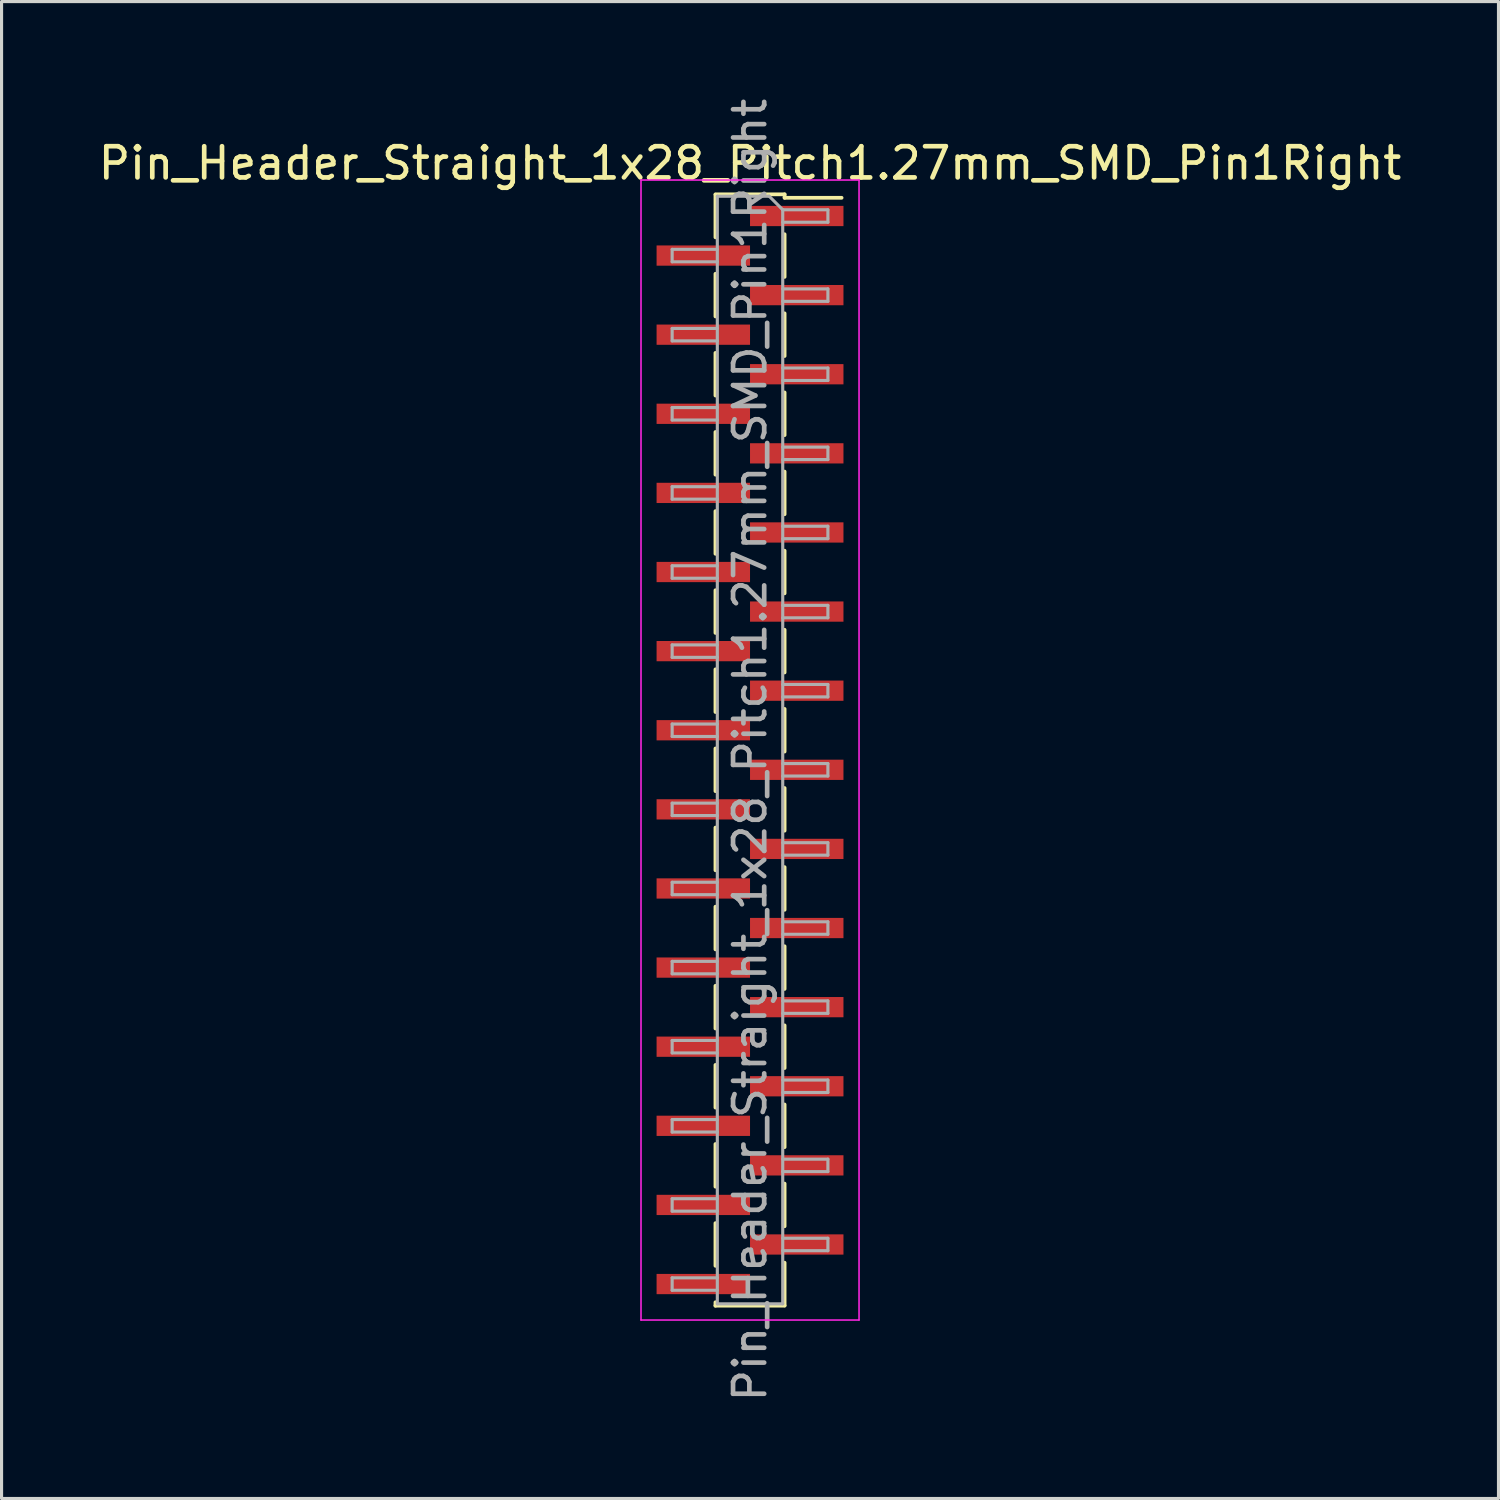
<source format=kicad_pcb>
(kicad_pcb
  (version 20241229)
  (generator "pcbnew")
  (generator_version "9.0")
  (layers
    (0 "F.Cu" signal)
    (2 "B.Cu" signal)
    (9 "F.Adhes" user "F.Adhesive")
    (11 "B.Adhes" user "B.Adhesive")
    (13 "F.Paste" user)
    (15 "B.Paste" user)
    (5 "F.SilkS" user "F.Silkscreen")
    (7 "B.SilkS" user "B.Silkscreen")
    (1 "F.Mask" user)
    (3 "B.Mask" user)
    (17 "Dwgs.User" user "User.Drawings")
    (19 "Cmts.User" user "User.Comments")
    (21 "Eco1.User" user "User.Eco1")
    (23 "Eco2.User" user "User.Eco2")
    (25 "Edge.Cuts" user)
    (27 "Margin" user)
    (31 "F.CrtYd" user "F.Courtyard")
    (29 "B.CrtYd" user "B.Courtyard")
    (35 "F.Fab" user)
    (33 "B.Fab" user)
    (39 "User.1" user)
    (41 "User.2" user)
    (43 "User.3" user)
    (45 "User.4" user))
  (footprint "Pin_Header_Straight_1x28_Pitch1.27mm_SMD_Pin1Right"
    (layer "F.Cu")
    (at 21.03 21.03)
    (property "Reference" "Pin_Header_Straight_1x28_Pitch1.27mm_SMD_Pin1Right" (at 0 -18.84 0) (layer "F.SilkS") (effects (font (size 1 1) (thickness 0.15))))
    (attr smd)
    (fp_line (start -1.11 -17.84) (end 1.11 -17.84) (stroke (width 0.12) (type solid)) (layer "F.SilkS"))
    (fp_line (start -1.11 -17.83) (end -1.11 -16.46) (stroke (width 0.12) (type solid)) (layer "F.SilkS"))
    (fp_line (start -1.11 -15.29) (end -1.11 -13.92) (stroke (width 0.12) (type solid)) (layer "F.SilkS"))
    (fp_line (start -1.11 -12.75) (end -1.11 -11.38) (stroke (width 0.12) (type solid)) (layer "F.SilkS"))
    (fp_line (start -1.11 -10.21) (end -1.11 -8.84) (stroke (width 0.12) (type solid)) (layer "F.SilkS"))
    (fp_line (start -1.11 -7.67) (end -1.11 -6.3) (stroke (width 0.12) (type solid)) (layer "F.SilkS"))
    (fp_line (start -1.11 -5.13) (end -1.11 -3.76) (stroke (width 0.12) (type solid)) (layer "F.SilkS"))
    (fp_line (start -1.11 -2.59) (end -1.11 -1.22) (stroke (width 0.12) (type solid)) (layer "F.SilkS"))
    (fp_line (start -1.11 -0.05) (end -1.11 1.32) (stroke (width 0.12) (type solid)) (layer "F.SilkS"))
    (fp_line (start -1.11 2.49) (end -1.11 3.86) (stroke (width 0.12) (type solid)) (layer "F.SilkS"))
    (fp_line (start -1.11 5.03) (end -1.11 6.4) (stroke (width 0.12) (type solid)) (layer "F.SilkS"))
    (fp_line (start -1.11 7.57) (end -1.11 8.94) (stroke (width 0.12) (type solid)) (layer "F.SilkS"))
    (fp_line (start -1.11 10.11) (end -1.11 11.48) (stroke (width 0.12) (type solid)) (layer "F.SilkS"))
    (fp_line (start -1.11 12.65) (end -1.11 14.02) (stroke (width 0.12) (type solid)) (layer "F.SilkS"))
    (fp_line (start -1.11 15.19) (end -1.11 16.56) (stroke (width 0.12) (type solid)) (layer "F.SilkS"))
    (fp_line (start -1.11 17.73) (end -1.11 17.84) (stroke (width 0.12) (type solid)) (layer "F.SilkS"))
    (fp_line (start -1.11 17.84) (end 1.11 17.84) (stroke (width 0.12) (type solid)) (layer "F.SilkS"))
    (fp_line (start 1.11 -17.84) (end 1.11 -17.73) (stroke (width 0.12) (type solid)) (layer "F.SilkS"))
    (fp_line (start 1.11 -17.73) (end 2.94 -17.73) (stroke (width 0.12) (type solid)) (layer "F.SilkS"))
    (fp_line (start 1.11 -16.56) (end 1.11 -15.19) (stroke (width 0.12) (type solid)) (layer "F.SilkS"))
    (fp_line (start 1.11 -14.02) (end 1.11 -12.65) (stroke (width 0.12) (type solid)) (layer "F.SilkS"))
    (fp_line (start 1.11 -11.48) (end 1.11 -10.11) (stroke (width 0.12) (type solid)) (layer "F.SilkS"))
    (fp_line (start 1.11 -8.94) (end 1.11 -7.57) (stroke (width 0.12) (type solid)) (layer "F.SilkS"))
    (fp_line (start 1.11 -6.4) (end 1.11 -5.03) (stroke (width 0.12) (type solid)) (layer "F.SilkS"))
    (fp_line (start 1.11 -3.86) (end 1.11 -2.49) (stroke (width 0.12) (type solid)) (layer "F.SilkS"))
    (fp_line (start 1.11 -1.32) (end 1.11 0.05) (stroke (width 0.12) (type solid)) (layer "F.SilkS"))
    (fp_line (start 1.11 1.22) (end 1.11 2.59) (stroke (width 0.12) (type solid)) (layer "F.SilkS"))
    (fp_line (start 1.11 3.76) (end 1.11 5.13) (stroke (width 0.12) (type solid)) (layer "F.SilkS"))
    (fp_line (start 1.11 6.3) (end 1.11 7.67) (stroke (width 0.12) (type solid)) (layer "F.SilkS"))
    (fp_line (start 1.11 8.84) (end 1.11 10.21) (stroke (width 0.12) (type solid)) (layer "F.SilkS"))
    (fp_line (start 1.11 11.38) (end 1.11 12.75) (stroke (width 0.12) (type solid)) (layer "F.SilkS"))
    (fp_line (start 1.11 13.92) (end 1.11 15.29) (stroke (width 0.12) (type solid)) (layer "F.SilkS"))
    (fp_line (start 1.11 16.46) (end 1.11 17.83) (stroke (width 0.12) (type solid)) (layer "F.SilkS"))
    (fp_line (start -3.5 -18.3) (end -3.5 18.3) (stroke (width 0.05) (type solid)) (layer "F.CrtYd"))
    (fp_line (start -3.5 18.3) (end 3.5 18.3) (stroke (width 0.05) (type solid)) (layer "F.CrtYd"))
    (fp_line (start 3.5 -18.3) (end -3.5 -18.3) (stroke (width 0.05) (type solid)) (layer "F.CrtYd"))
    (fp_line (start 3.5 18.3) (end 3.5 -18.3) (stroke (width 0.05) (type solid)) (layer "F.CrtYd"))
    (fp_line (start -2.5 -16.075) (end -2.5 -15.675) (stroke (width 0.1) (type solid)) (layer "F.Fab"))
    (fp_line (start -2.5 -15.675) (end -1.05 -15.675) (stroke (width 0.1) (type solid)) (layer "F.Fab"))
    (fp_line (start -2.5 -13.535) (end -2.5 -13.135) (stroke (width 0.1) (type solid)) (layer "F.Fab"))
    (fp_line (start -2.5 -13.135) (end -1.05 -13.135) (stroke (width 0.1) (type solid)) (layer "F.Fab"))
    (fp_line (start -2.5 -10.995) (end -2.5 -10.595) (stroke (width 0.1) (type solid)) (layer "F.Fab"))
    (fp_line (start -2.5 -10.595) (end -1.05 -10.595) (stroke (width 0.1) (type solid)) (layer "F.Fab"))
    (fp_line (start -2.5 -8.455) (end -2.5 -8.055) (stroke (width 0.1) (type solid)) (layer "F.Fab"))
    (fp_line (start -2.5 -8.055) (end -1.05 -8.055) (stroke (width 0.1) (type solid)) (layer "F.Fab"))
    (fp_line (start -2.5 -5.915) (end -2.5 -5.515) (stroke (width 0.1) (type solid)) (layer "F.Fab"))
    (fp_line (start -2.5 -5.515) (end -1.05 -5.515) (stroke (width 0.1) (type solid)) (layer "F.Fab"))
    (fp_line (start -2.5 -3.375) (end -2.5 -2.975) (stroke (width 0.1) (type solid)) (layer "F.Fab"))
    (fp_line (start -2.5 -2.975) (end -1.05 -2.975) (stroke (width 0.1) (type solid)) (layer "F.Fab"))
    (fp_line (start -2.5 -0.835) (end -2.5 -0.435) (stroke (width 0.1) (type solid)) (layer "F.Fab"))
    (fp_line (start -2.5 -0.435) (end -1.05 -0.435) (stroke (width 0.1) (type solid)) (layer "F.Fab"))
    (fp_line (start -2.5 1.705) (end -2.5 2.105) (stroke (width 0.1) (type solid)) (layer "F.Fab"))
    (fp_line (start -2.5 2.105) (end -1.05 2.105) (stroke (width 0.1) (type solid)) (layer "F.Fab"))
    (fp_line (start -2.5 4.245) (end -2.5 4.645) (stroke (width 0.1) (type solid)) (layer "F.Fab"))
    (fp_line (start -2.5 4.645) (end -1.05 4.645) (stroke (width 0.1) (type solid)) (layer "F.Fab"))
    (fp_line (start -2.5 6.785) (end -2.5 7.185) (stroke (width 0.1) (type solid)) (layer "F.Fab"))
    (fp_line (start -2.5 7.185) (end -1.05 7.185) (stroke (width 0.1) (type solid)) (layer "F.Fab"))
    (fp_line (start -2.5 9.325) (end -2.5 9.725) (stroke (width 0.1) (type solid)) (layer "F.Fab"))
    (fp_line (start -2.5 9.725) (end -1.05 9.725) (stroke (width 0.1) (type solid)) (layer "F.Fab"))
    (fp_line (start -2.5 11.865) (end -2.5 12.265) (stroke (width 0.1) (type solid)) (layer "F.Fab"))
    (fp_line (start -2.5 12.265) (end -1.05 12.265) (stroke (width 0.1) (type solid)) (layer "F.Fab"))
    (fp_line (start -2.5 14.405) (end -2.5 14.805) (stroke (width 0.1) (type solid)) (layer "F.Fab"))
    (fp_line (start -2.5 14.805) (end -1.05 14.805) (stroke (width 0.1) (type solid)) (layer "F.Fab"))
    (fp_line (start -2.5 16.945) (end -2.5 17.345) (stroke (width 0.1) (type solid)) (layer "F.Fab"))
    (fp_line (start -2.5 17.345) (end -1.05 17.345) (stroke (width 0.1) (type solid)) (layer "F.Fab"))
    (fp_line (start -1.05 -17.78) (end -1.05 17.78) (stroke (width 0.1) (type solid)) (layer "F.Fab"))
    (fp_line (start -1.05 -17.78) (end 0.615 -17.78) (stroke (width 0.1) (type solid)) (layer "F.Fab"))
    (fp_line (start -1.05 -16.075) (end -2.5 -16.075) (stroke (width 0.1) (type solid)) (layer "F.Fab"))
    (fp_line (start -1.05 -13.535) (end -2.5 -13.535) (stroke (width 0.1) (type solid)) (layer "F.Fab"))
    (fp_line (start -1.05 -10.995) (end -2.5 -10.995) (stroke (width 0.1) (type solid)) (layer "F.Fab"))
    (fp_line (start -1.05 -8.455) (end -2.5 -8.455) (stroke (width 0.1) (type solid)) (layer "F.Fab"))
    (fp_line (start -1.05 -5.915) (end -2.5 -5.915) (stroke (width 0.1) (type solid)) (layer "F.Fab"))
    (fp_line (start -1.05 -3.375) (end -2.5 -3.375) (stroke (width 0.1) (type solid)) (layer "F.Fab"))
    (fp_line (start -1.05 -0.835) (end -2.5 -0.835) (stroke (width 0.1) (type solid)) (layer "F.Fab"))
    (fp_line (start -1.05 1.705) (end -2.5 1.705) (stroke (width 0.1) (type solid)) (layer "F.Fab"))
    (fp_line (start -1.05 4.245) (end -2.5 4.245) (stroke (width 0.1) (type solid)) (layer "F.Fab"))
    (fp_line (start -1.05 6.785) (end -2.5 6.785) (stroke (width 0.1) (type solid)) (layer "F.Fab"))
    (fp_line (start -1.05 9.325) (end -2.5 9.325) (stroke (width 0.1) (type solid)) (layer "F.Fab"))
    (fp_line (start -1.05 11.865) (end -2.5 11.865) (stroke (width 0.1) (type solid)) (layer "F.Fab"))
    (fp_line (start -1.05 14.405) (end -2.5 14.405) (stroke (width 0.1) (type solid)) (layer "F.Fab"))
    (fp_line (start -1.05 16.945) (end -2.5 16.945) (stroke (width 0.1) (type solid)) (layer "F.Fab"))
    (fp_line (start 1.05 -17.345) (end 0.615 -17.78) (stroke (width 0.1) (type solid)) (layer "F.Fab"))
    (fp_line (start 1.05 -17.345) (end 2.5 -17.345) (stroke (width 0.1) (type solid)) (layer "F.Fab"))
    (fp_line (start 1.05 -14.805) (end 2.5 -14.805) (stroke (width 0.1) (type solid)) (layer "F.Fab"))
    (fp_line (start 1.05 -12.265) (end 2.5 -12.265) (stroke (width 0.1) (type solid)) (layer "F.Fab"))
    (fp_line (start 1.05 -9.725) (end 2.5 -9.725) (stroke (width 0.1) (type solid)) (layer "F.Fab"))
    (fp_line (start 1.05 -7.185) (end 2.5 -7.185) (stroke (width 0.1) (type solid)) (layer "F.Fab"))
    (fp_line (start 1.05 -4.645) (end 2.5 -4.645) (stroke (width 0.1) (type solid)) (layer "F.Fab"))
    (fp_line (start 1.05 -2.105) (end 2.5 -2.105) (stroke (width 0.1) (type solid)) (layer "F.Fab"))
    (fp_line (start 1.05 0.435) (end 2.5 0.435) (stroke (width 0.1) (type solid)) (layer "F.Fab"))
    (fp_line (start 1.05 2.975) (end 2.5 2.975) (stroke (width 0.1) (type solid)) (layer "F.Fab"))
    (fp_line (start 1.05 5.515) (end 2.5 5.515) (stroke (width 0.1) (type solid)) (layer "F.Fab"))
    (fp_line (start 1.05 8.055) (end 2.5 8.055) (stroke (width 0.1) (type solid)) (layer "F.Fab"))
    (fp_line (start 1.05 10.595) (end 2.5 10.595) (stroke (width 0.1) (type solid)) (layer "F.Fab"))
    (fp_line (start 1.05 13.135) (end 2.5 13.135) (stroke (width 0.1) (type solid)) (layer "F.Fab"))
    (fp_line (start 1.05 15.675) (end 2.5 15.675) (stroke (width 0.1) (type solid)) (layer "F.Fab"))
    (fp_line (start 1.05 17.78) (end -1.05 17.78) (stroke (width 0.1) (type solid)) (layer "F.Fab"))
    (fp_line (start 1.05 17.78) (end 1.05 -17.345) (stroke (width 0.1) (type solid)) (layer "F.Fab"))
    (fp_line (start 2.5 -17.345) (end 2.5 -16.945) (stroke (width 0.1) (type solid)) (layer "F.Fab"))
    (fp_line (start 2.5 -16.945) (end 1.05 -16.945) (stroke (width 0.1) (type solid)) (layer "F.Fab"))
    (fp_line (start 2.5 -14.805) (end 2.5 -14.405) (stroke (width 0.1) (type solid)) (layer "F.Fab"))
    (fp_line (start 2.5 -14.405) (end 1.05 -14.405) (stroke (width 0.1) (type solid)) (layer "F.Fab"))
    (fp_line (start 2.5 -12.265) (end 2.5 -11.865) (stroke (width 0.1) (type solid)) (layer "F.Fab"))
    (fp_line (start 2.5 -11.865) (end 1.05 -11.865) (stroke (width 0.1) (type solid)) (layer "F.Fab"))
    (fp_line (start 2.5 -9.725) (end 2.5 -9.325) (stroke (width 0.1) (type solid)) (layer "F.Fab"))
    (fp_line (start 2.5 -9.325) (end 1.05 -9.325) (stroke (width 0.1) (type solid)) (layer "F.Fab"))
    (fp_line (start 2.5 -7.185) (end 2.5 -6.785) (stroke (width 0.1) (type solid)) (layer "F.Fab"))
    (fp_line (start 2.5 -6.785) (end 1.05 -6.785) (stroke (width 0.1) (type solid)) (layer "F.Fab"))
    (fp_line (start 2.5 -4.645) (end 2.5 -4.245) (stroke (width 0.1) (type solid)) (layer "F.Fab"))
    (fp_line (start 2.5 -4.245) (end 1.05 -4.245) (stroke (width 0.1) (type solid)) (layer "F.Fab"))
    (fp_line (start 2.5 -2.105) (end 2.5 -1.705) (stroke (width 0.1) (type solid)) (layer "F.Fab"))
    (fp_line (start 2.5 -1.705) (end 1.05 -1.705) (stroke (width 0.1) (type solid)) (layer "F.Fab"))
    (fp_line (start 2.5 0.435) (end 2.5 0.835) (stroke (width 0.1) (type solid)) (layer "F.Fab"))
    (fp_line (start 2.5 0.835) (end 1.05 0.835) (stroke (width 0.1) (type solid)) (layer "F.Fab"))
    (fp_line (start 2.5 2.975) (end 2.5 3.375) (stroke (width 0.1) (type solid)) (layer "F.Fab"))
    (fp_line (start 2.5 3.375) (end 1.05 3.375) (stroke (width 0.1) (type solid)) (layer "F.Fab"))
    (fp_line (start 2.5 5.515) (end 2.5 5.915) (stroke (width 0.1) (type solid)) (layer "F.Fab"))
    (fp_line (start 2.5 5.915) (end 1.05 5.915) (stroke (width 0.1) (type solid)) (layer "F.Fab"))
    (fp_line (start 2.5 8.055) (end 2.5 8.455) (stroke (width 0.1) (type solid)) (layer "F.Fab"))
    (fp_line (start 2.5 8.455) (end 1.05 8.455) (stroke (width 0.1) (type solid)) (layer "F.Fab"))
    (fp_line (start 2.5 10.595) (end 2.5 10.995) (stroke (width 0.1) (type solid)) (layer "F.Fab"))
    (fp_line (start 2.5 10.995) (end 1.05 10.995) (stroke (width 0.1) (type solid)) (layer "F.Fab"))
    (fp_line (start 2.5 13.135) (end 2.5 13.535) (stroke (width 0.1) (type solid)) (layer "F.Fab"))
    (fp_line (start 2.5 13.535) (end 1.05 13.535) (stroke (width 0.1) (type solid)) (layer "F.Fab"))
    (fp_line (start 2.5 15.675) (end 2.5 16.075) (stroke (width 0.1) (type solid)) (layer "F.Fab"))
    (fp_line (start 2.5 16.075) (end 1.05 16.075) (stroke (width 0.1) (type solid)) (layer "F.Fab"))
    (fp_text user "${REFERENCE}" (at 0 0 90) (layer "F.Fab") (effects (font (size 1 1) (thickness 0.15))))
    (pad "1" smd rect (at 1.5 -17.145) (size 3 0.65) (layers "F.Cu" "F.Mask" "F.Paste"))
    (pad "2" smd rect (at -1.5 -15.875) (size 3 0.65) (layers "F.Cu" "F.Mask" "F.Paste"))
    (pad "3" smd rect (at 1.5 -14.605) (size 3 0.65) (layers "F.Cu" "F.Mask" "F.Paste"))
    (pad "4" smd rect (at -1.5 -13.335) (size 3 0.65) (layers "F.Cu" "F.Mask" "F.Paste"))
    (pad "5" smd rect (at 1.5 -12.065) (size 3 0.65) (layers "F.Cu" "F.Mask" "F.Paste"))
    (pad "6" smd rect (at -1.5 -10.795) (size 3 0.65) (layers "F.Cu" "F.Mask" "F.Paste"))
    (pad "7" smd rect (at 1.5 -9.525) (size 3 0.65) (layers "F.Cu" "F.Mask" "F.Paste"))
    (pad "8" smd rect (at -1.5 -8.255) (size 3 0.65) (layers "F.Cu" "F.Mask" "F.Paste"))
    (pad "9" smd rect (at 1.5 -6.985) (size 3 0.65) (layers "F.Cu" "F.Mask" "F.Paste"))
    (pad "10" smd rect (at -1.5 -5.715) (size 3 0.65) (layers "F.Cu" "F.Mask" "F.Paste"))
    (pad "11" smd rect (at 1.5 -4.445) (size 3 0.65) (layers "F.Cu" "F.Mask" "F.Paste"))
    (pad "12" smd rect (at -1.5 -3.175) (size 3 0.65) (layers "F.Cu" "F.Mask" "F.Paste"))
    (pad "13" smd rect (at 1.5 -1.905) (size 3 0.65) (layers "F.Cu" "F.Mask" "F.Paste"))
    (pad "14" smd rect (at -1.5 -0.635) (size 3 0.65) (layers "F.Cu" "F.Mask" "F.Paste"))
    (pad "15" smd rect (at 1.5 0.635) (size 3 0.65) (layers "F.Cu" "F.Mask" "F.Paste"))
    (pad "16" smd rect (at -1.5 1.905) (size 3 0.65) (layers "F.Cu" "F.Mask" "F.Paste"))
    (pad "17" smd rect (at 1.5 3.175) (size 3 0.65) (layers "F.Cu" "F.Mask" "F.Paste"))
    (pad "18" smd rect (at -1.5 4.445) (size 3 0.65) (layers "F.Cu" "F.Mask" "F.Paste"))
    (pad "19" smd rect (at 1.5 5.715) (size 3 0.65) (layers "F.Cu" "F.Mask" "F.Paste"))
    (pad "20" smd rect (at -1.5 6.985) (size 3 0.65) (layers "F.Cu" "F.Mask" "F.Paste"))
    (pad "21" smd rect (at 1.5 8.255) (size 3 0.65) (layers "F.Cu" "F.Mask" "F.Paste"))
    (pad "22" smd rect (at -1.5 9.525) (size 3 0.65) (layers "F.Cu" "F.Mask" "F.Paste"))
    (pad "23" smd rect (at 1.5 10.795) (size 3 0.65) (layers "F.Cu" "F.Mask" "F.Paste"))
    (pad "24" smd rect (at -1.5 12.065) (size 3 0.65) (layers "F.Cu" "F.Mask" "F.Paste"))
    (pad "25" smd rect (at 1.5 13.335) (size 3 0.65) (layers "F.Cu" "F.Mask" "F.Paste"))
    (pad "26" smd rect (at -1.5 14.605) (size 3 0.65) (layers "F.Cu" "F.Mask" "F.Paste"))
    (pad "27" smd rect (at 1.5 15.875) (size 3 0.65) (layers "F.Cu" "F.Mask" "F.Paste"))
    (pad "28" smd rect (at -1.5 17.145) (size 3 0.65) (layers "F.Cu" "F.Mask" "F.Paste")))
  (gr_rect
    (start -3 -3)
    (end 45.06 45.06)
    (stroke (width 0.1) (type default))
    (fill no)
    (layer "Edge.Cuts")))
</source>
